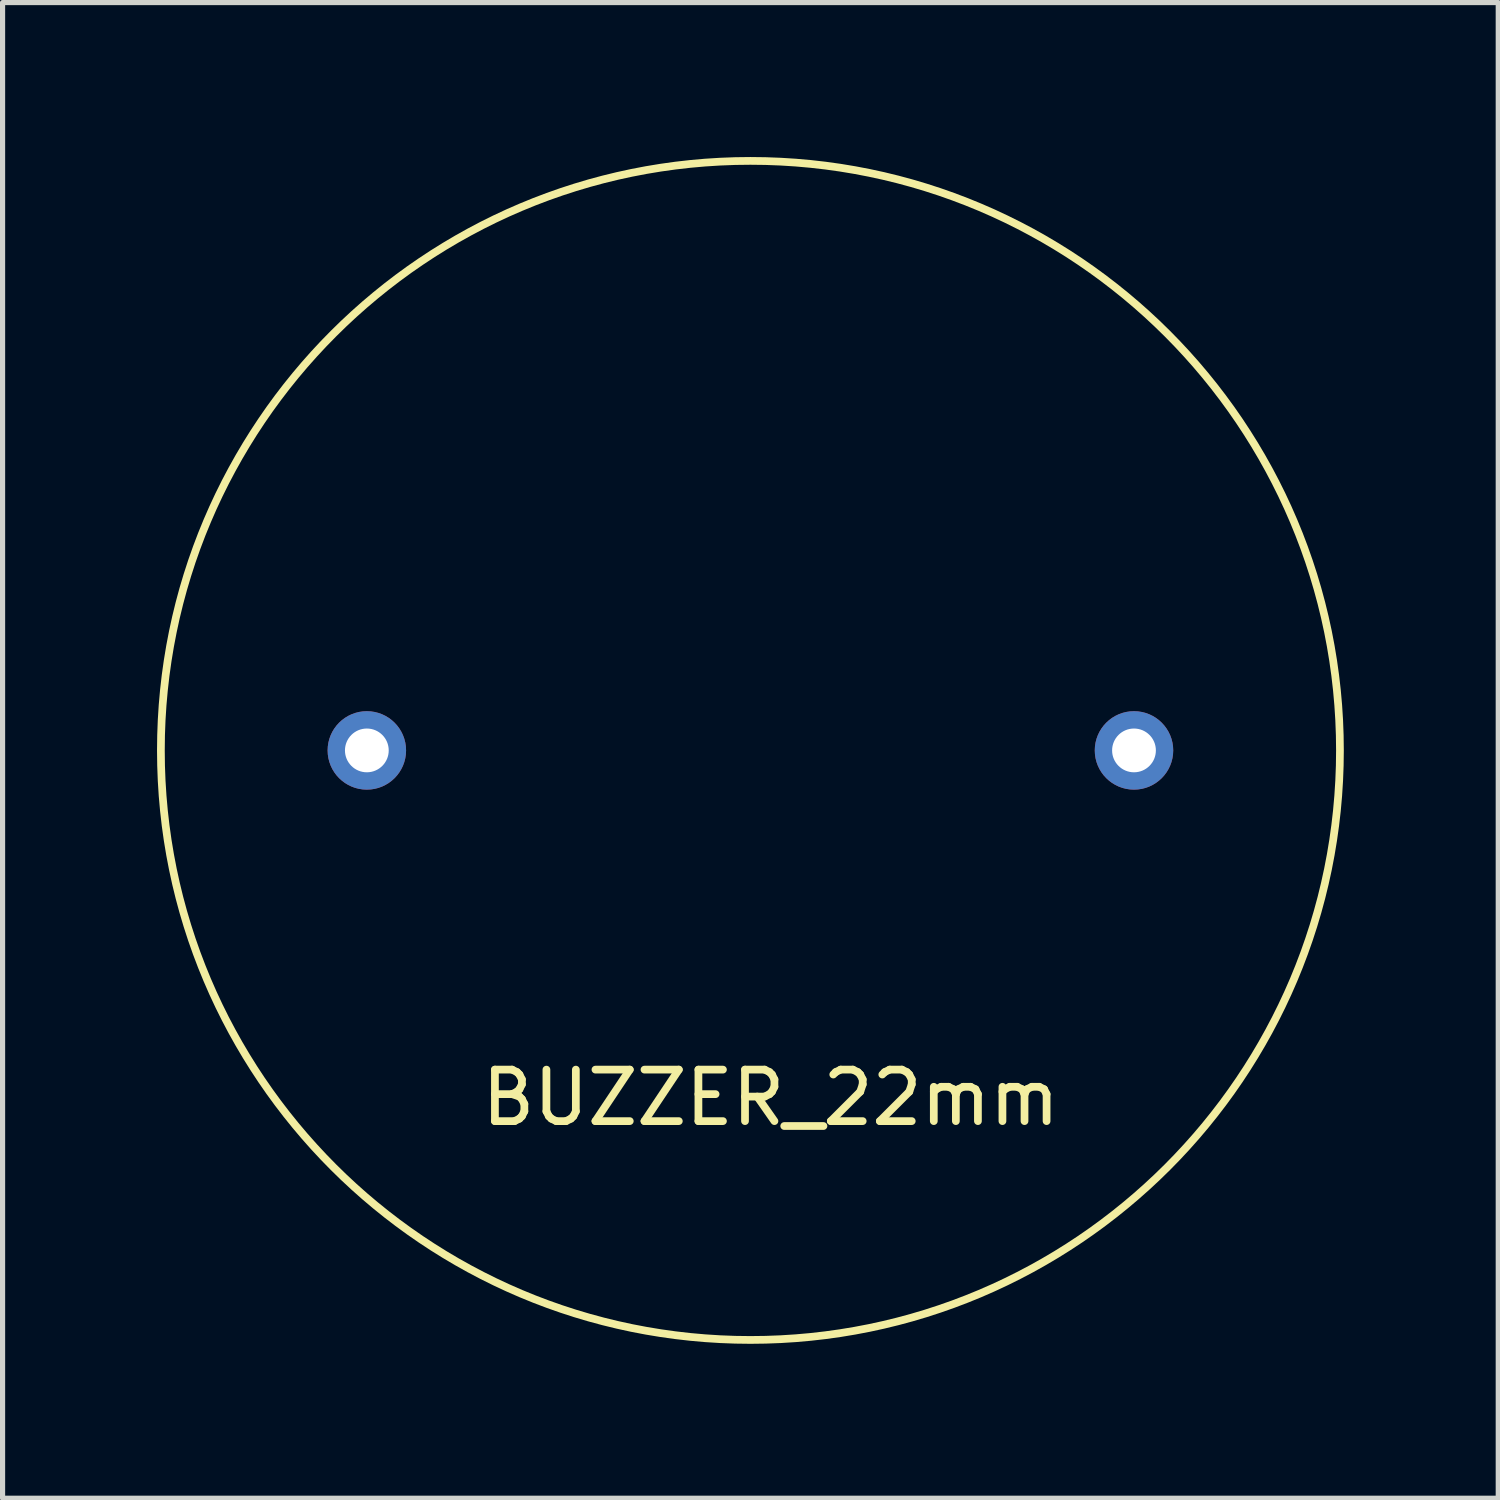
<source format=kicad_pcb>
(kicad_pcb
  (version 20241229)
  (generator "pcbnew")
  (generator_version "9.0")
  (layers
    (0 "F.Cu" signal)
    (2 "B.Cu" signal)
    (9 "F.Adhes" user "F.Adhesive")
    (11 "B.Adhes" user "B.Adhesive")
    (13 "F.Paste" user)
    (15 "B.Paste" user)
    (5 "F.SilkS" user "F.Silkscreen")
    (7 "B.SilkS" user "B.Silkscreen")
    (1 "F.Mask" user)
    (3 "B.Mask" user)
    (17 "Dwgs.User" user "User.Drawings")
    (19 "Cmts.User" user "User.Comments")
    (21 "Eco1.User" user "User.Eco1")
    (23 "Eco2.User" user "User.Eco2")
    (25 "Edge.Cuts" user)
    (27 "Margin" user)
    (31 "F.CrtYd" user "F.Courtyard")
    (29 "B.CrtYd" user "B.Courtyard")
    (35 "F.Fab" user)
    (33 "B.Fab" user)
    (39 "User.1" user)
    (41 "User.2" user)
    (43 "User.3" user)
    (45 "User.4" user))
  (footprint "BUZZER_22mm"
    (layer "F.Cu")
    (at 11.525 11.525)
    (property "Reference" "BUZZER_22mm" (at 0.395 6.745 0) (layer "F.SilkS") (effects (font (size 1 1) (thickness 0.15))))
    (attr through_hole)
    (fp_circle (center 0 0) (end 11.45 -0.04) (stroke (width 0.15) (type solid)) (fill no) (layer "F.SilkS"))
    (pad "1" thru_hole circle (at -7.45 0) (size 1.524 1.524) (drill 0.85) (layers "*.Cu" "*.Mask"))
    (pad "2" thru_hole circle (at 7.45 0) (size 1.524 1.524) (drill 0.85) (layers "*.Cu" "*.Mask")))
  (gr_rect
    (start -3 -3)
    (end 26.05 26.05)
    (stroke (width 0.1) (type default))
    (fill no)
    (layer "Edge.Cuts")))
</source>
